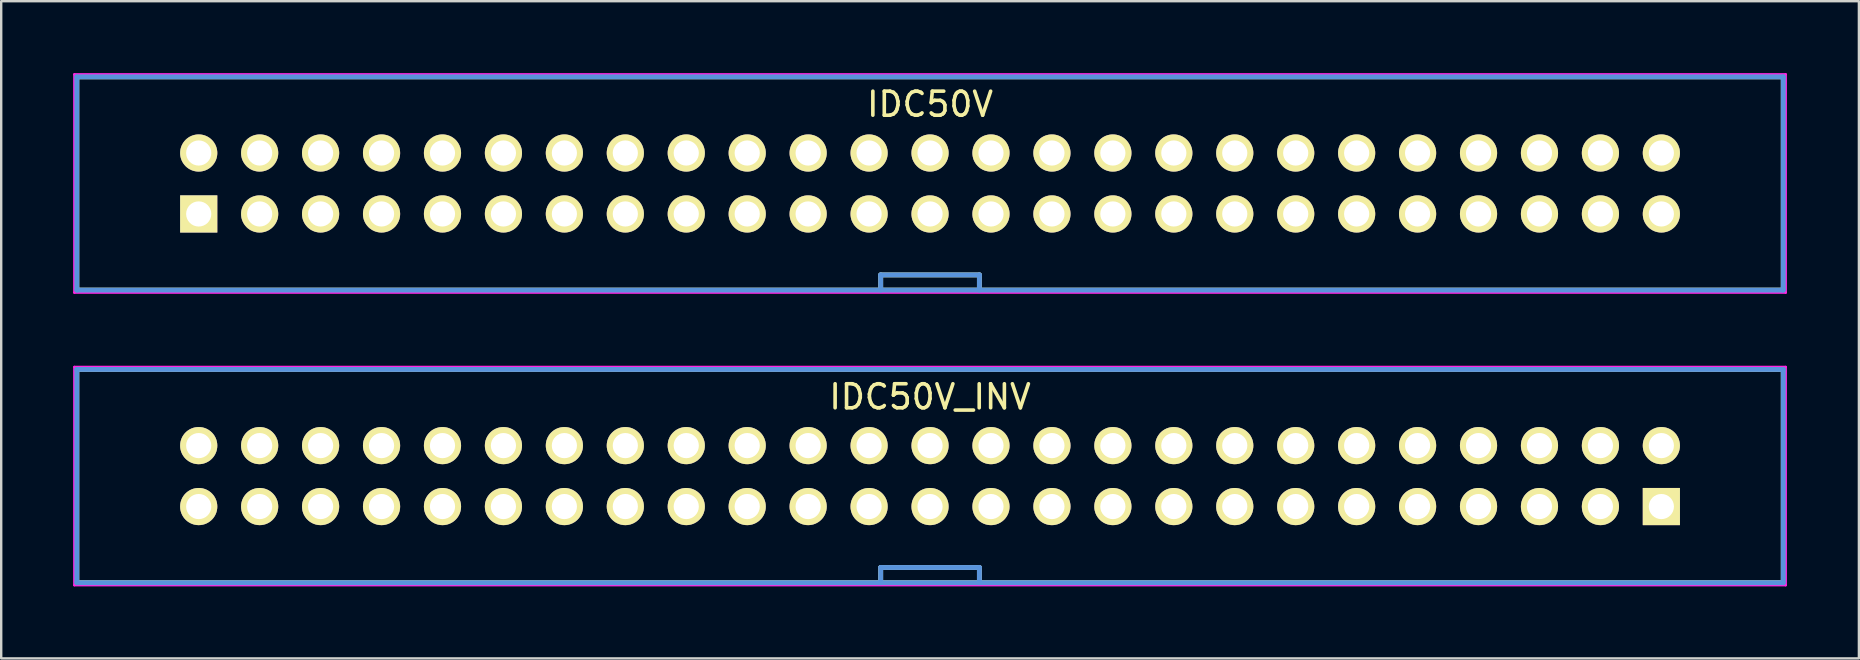
<source format=kicad_pcb>
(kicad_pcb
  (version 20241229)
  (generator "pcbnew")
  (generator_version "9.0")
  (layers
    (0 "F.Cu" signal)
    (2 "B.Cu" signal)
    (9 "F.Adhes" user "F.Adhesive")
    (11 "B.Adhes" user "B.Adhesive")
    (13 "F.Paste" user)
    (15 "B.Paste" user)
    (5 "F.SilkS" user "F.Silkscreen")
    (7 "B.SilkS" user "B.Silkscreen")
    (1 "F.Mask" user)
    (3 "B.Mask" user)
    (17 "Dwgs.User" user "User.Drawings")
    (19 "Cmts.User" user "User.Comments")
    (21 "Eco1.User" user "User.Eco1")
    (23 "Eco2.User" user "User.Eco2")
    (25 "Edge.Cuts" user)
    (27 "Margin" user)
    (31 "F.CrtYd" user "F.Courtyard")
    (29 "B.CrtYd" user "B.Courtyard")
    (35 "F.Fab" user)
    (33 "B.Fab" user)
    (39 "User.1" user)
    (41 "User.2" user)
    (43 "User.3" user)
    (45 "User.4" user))
  (footprint "IDC50V_INV"
    (layer "F.Cu")
    (at 5.232 18.062)
    (property "Reference" "IDC50V_INV" (at 30.48 -4.572 0) (layer "F.SilkS") (effects (font (size 1.001 1.001) (thickness 0.15))))
    (attr through_hole)
    (fp_line (start -5.08 -5.715) (end 66.04 -5.715) (stroke (width 0.203) (type solid)) (layer "F.SilkS"))
    (fp_line (start -5.08 3.175) (end -5.08 -5.715) (stroke (width 0.203) (type solid)) (layer "F.SilkS"))
    (fp_line (start 28.423 2.54) (end 32.537 2.54) (stroke (width 0.203) (type solid)) (layer "F.SilkS"))
    (fp_line (start 28.423 3.175) (end 28.423 2.54) (stroke (width 0.203) (type solid)) (layer "F.SilkS"))
    (fp_line (start 32.537 3.175) (end 32.537 2.54) (stroke (width 0.203) (type solid)) (layer "F.SilkS"))
    (fp_line (start 66.04 -5.715) (end 66.04 3.175) (stroke (width 0.203) (type solid)) (layer "F.SilkS"))
    (fp_line (start 66.04 3.175) (end -5.08 3.175) (stroke (width 0.203) (type solid)) (layer "F.SilkS"))
    (fp_line (start -5.08 -5.715) (end 66.04 -5.715) (stroke (width 0.203) (type solid)) (layer "Cmts.User"))
    (fp_line (start -5.08 3.175) (end -5.08 -5.715) (stroke (width 0.203) (type solid)) (layer "Cmts.User"))
    (fp_line (start 28.423 2.54) (end 32.537 2.54) (stroke (width 0.203) (type solid)) (layer "Cmts.User"))
    (fp_line (start 28.423 3.175) (end 28.423 2.54) (stroke (width 0.203) (type solid)) (layer "Cmts.User"))
    (fp_line (start 32.537 3.175) (end 32.537 2.54) (stroke (width 0.203) (type solid)) (layer "Cmts.User"))
    (fp_line (start 66.04 -5.715) (end 66.04 3.175) (stroke (width 0.203) (type solid)) (layer "Cmts.User"))
    (fp_line (start 66.04 3.175) (end -5.08 3.175) (stroke (width 0.203) (type solid)) (layer "Cmts.User"))
    (fp_line (start -5.182 -5.817) (end 66.142 -5.817) (stroke (width 0.102) (type solid)) (layer "F.CrtYd"))
    (fp_line (start -5.182 3.277) (end -5.182 -5.817) (stroke (width 0.102) (type solid)) (layer "F.CrtYd"))
    (fp_line (start 66.142 -5.817) (end 66.142 3.277) (stroke (width 0.102) (type solid)) (layer "F.CrtYd"))
    (fp_line (start 66.142 3.277) (end -5.182 3.277) (stroke (width 0.102) (type solid)) (layer "F.CrtYd"))
    (pad "1" thru_hole rect (at 60.96 0) (size 1.549 1.549) (drill 1.049) (layers "*.Cu" "*.Mask" "F.SilkS"))
    (pad "2" thru_hole circle (at 60.96 -2.54) (size 1.549 1.549) (drill 1.049) (layers "*.Cu" "*.Mask" "F.SilkS"))
    (pad "3" thru_hole circle (at 58.42 0) (size 1.549 1.549) (drill 1.049) (layers "*.Cu" "*.Mask" "F.SilkS"))
    (pad "4" thru_hole circle (at 58.42 -2.54) (size 1.549 1.549) (drill 1.049) (layers "*.Cu" "*.Mask" "F.SilkS"))
    (pad "5" thru_hole circle (at 55.88 0) (size 1.549 1.549) (drill 1.049) (layers "*.Cu" "*.Mask" "F.SilkS"))
    (pad "6" thru_hole circle (at 55.88 -2.54) (size 1.549 1.549) (drill 1.049) (layers "*.Cu" "*.Mask" "F.SilkS"))
    (pad "7" thru_hole circle (at 53.34 0) (size 1.549 1.549) (drill 1.049) (layers "*.Cu" "*.Mask" "F.SilkS"))
    (pad "8" thru_hole circle (at 53.34 -2.54) (size 1.549 1.549) (drill 1.049) (layers "*.Cu" "*.Mask" "F.SilkS"))
    (pad "9" thru_hole circle (at 50.8 0) (size 1.549 1.549) (drill 1.049) (layers "*.Cu" "*.Mask" "F.SilkS"))
    (pad "10" thru_hole circle (at 50.8 -2.54) (size 1.549 1.549) (drill 1.049) (layers "*.Cu" "*.Mask" "F.SilkS"))
    (pad "11" thru_hole circle (at 48.26 0) (size 1.549 1.549) (drill 1.049) (layers "*.Cu" "*.Mask" "F.SilkS"))
    (pad "12" thru_hole circle (at 48.26 -2.54) (size 1.549 1.549) (drill 1.049) (layers "*.Cu" "*.Mask" "F.SilkS"))
    (pad "13" thru_hole circle (at 45.72 0) (size 1.549 1.549) (drill 1.049) (layers "*.Cu" "*.Mask" "F.SilkS"))
    (pad "14" thru_hole circle (at 45.72 -2.54) (size 1.549 1.549) (drill 1.049) (layers "*.Cu" "*.Mask" "F.SilkS"))
    (pad "15" thru_hole circle (at 43.18 0) (size 1.549 1.549) (drill 1.049) (layers "*.Cu" "*.Mask" "F.SilkS"))
    (pad "16" thru_hole circle (at 43.18 -2.54) (size 1.549 1.549) (drill 1.049) (layers "*.Cu" "*.Mask" "F.SilkS"))
    (pad "17" thru_hole circle (at 40.64 0) (size 1.549 1.549) (drill 1.049) (layers "*.Cu" "*.Mask" "F.SilkS"))
    (pad "18" thru_hole circle (at 40.64 -2.54) (size 1.549 1.549) (drill 1.049) (layers "*.Cu" "*.Mask" "F.SilkS"))
    (pad "19" thru_hole circle (at 38.1 0) (size 1.549 1.549) (drill 1.049) (layers "*.Cu" "*.Mask" "F.SilkS"))
    (pad "20" thru_hole circle (at 38.1 -2.54) (size 1.549 1.549) (drill 1.049) (layers "*.Cu" "*.Mask" "F.SilkS"))
    (pad "21" thru_hole circle (at 35.56 0) (size 1.549 1.549) (drill 1.049) (layers "*.Cu" "*.Mask" "F.SilkS"))
    (pad "22" thru_hole circle (at 35.56 -2.54) (size 1.549 1.549) (drill 1.049) (layers "*.Cu" "*.Mask" "F.SilkS"))
    (pad "23" thru_hole circle (at 33.02 0) (size 1.549 1.549) (drill 1.049) (layers "*.Cu" "*.Mask" "F.SilkS"))
    (pad "24" thru_hole circle (at 33.02 -2.54) (size 1.549 1.549) (drill 1.049) (layers "*.Cu" "*.Mask" "F.SilkS"))
    (pad "25" thru_hole circle (at 30.48 0) (size 1.549 1.549) (drill 1.049) (layers "*.Cu" "*.Mask" "F.SilkS"))
    (pad "26" thru_hole circle (at 30.48 -2.54) (size 1.549 1.549) (drill 1.049) (layers "*.Cu" "*.Mask" "F.SilkS"))
    (pad "27" thru_hole circle (at 27.94 0) (size 1.549 1.549) (drill 1.049) (layers "*.Cu" "*.Mask" "F.SilkS"))
    (pad "28" thru_hole circle (at 27.94 -2.54) (size 1.549 1.549) (drill 1.049) (layers "*.Cu" "*.Mask" "F.SilkS"))
    (pad "29" thru_hole circle (at 25.4 0) (size 1.549 1.549) (drill 1.049) (layers "*.Cu" "*.Mask" "F.SilkS"))
    (pad "30" thru_hole circle (at 25.4 -2.54) (size 1.549 1.549) (drill 1.049) (layers "*.Cu" "*.Mask" "F.SilkS"))
    (pad "31" thru_hole circle (at 22.86 0) (size 1.549 1.549) (drill 1.049) (layers "*.Cu" "*.Mask" "F.SilkS"))
    (pad "32" thru_hole circle (at 22.86 -2.54) (size 1.549 1.549) (drill 1.049) (layers "*.Cu" "*.Mask" "F.SilkS"))
    (pad "33" thru_hole circle (at 20.32 0) (size 1.549 1.549) (drill 1.049) (layers "*.Cu" "*.Mask" "F.SilkS"))
    (pad "34" thru_hole circle (at 20.32 -2.54) (size 1.549 1.549) (drill 1.049) (layers "*.Cu" "*.Mask" "F.SilkS"))
    (pad "35" thru_hole circle (at 17.78 0) (size 1.549 1.549) (drill 1.049) (layers "*.Cu" "*.Mask" "F.SilkS"))
    (pad "36" thru_hole circle (at 17.78 -2.54) (size 1.549 1.549) (drill 1.049) (layers "*.Cu" "*.Mask" "F.SilkS"))
    (pad "37" thru_hole circle (at 15.24 0) (size 1.549 1.549) (drill 1.049) (layers "*.Cu" "*.Mask" "F.SilkS"))
    (pad "38" thru_hole circle (at 15.24 -2.54) (size 1.549 1.549) (drill 1.049) (layers "*.Cu" "*.Mask" "F.SilkS"))
    (pad "39" thru_hole circle (at 12.7 0) (size 1.549 1.549) (drill 1.049) (layers "*.Cu" "*.Mask" "F.SilkS"))
    (pad "40" thru_hole circle (at 12.7 -2.54) (size 1.549 1.549) (drill 1.049) (layers "*.Cu" "*.Mask" "F.SilkS"))
    (pad "41" thru_hole circle (at 10.16 0) (size 1.549 1.549) (drill 1.049) (layers "*.Cu" "*.Mask" "F.SilkS"))
    (pad "42" thru_hole circle (at 10.16 -2.54) (size 1.549 1.549) (drill 1.049) (layers "*.Cu" "*.Mask" "F.SilkS"))
    (pad "43" thru_hole circle (at 7.62 0) (size 1.549 1.549) (drill 1.049) (layers "*.Cu" "*.Mask" "F.SilkS"))
    (pad "44" thru_hole circle (at 7.62 -2.54) (size 1.549 1.549) (drill 1.049) (layers "*.Cu" "*.Mask" "F.SilkS"))
    (pad "45" thru_hole circle (at 5.08 0) (size 1.549 1.549) (drill 1.049) (layers "*.Cu" "*.Mask" "F.SilkS"))
    (pad "46" thru_hole circle (at 5.08 -2.54) (size 1.549 1.549) (drill 1.049) (layers "*.Cu" "*.Mask" "F.SilkS"))
    (pad "47" thru_hole circle (at 2.54 0) (size 1.549 1.549) (drill 1.049) (layers "*.Cu" "*.Mask" "F.SilkS"))
    (pad "48" thru_hole circle (at 2.54 -2.54) (size 1.549 1.549) (drill 1.049) (layers "*.Cu" "*.Mask" "F.SilkS"))
    (pad "49" thru_hole circle (at 0 0) (size 1.549 1.549) (drill 1.049) (layers "*.Cu" "*.Mask" "F.SilkS"))
    (pad "50" thru_hole circle (at 0 -2.54) (size 1.549 1.549) (drill 1.049) (layers "*.Cu" "*.Mask" "F.SilkS")))
  (footprint "IDC50V"
    (layer "F.Cu")
    (at 5.232 5.867)
    (property "Reference" "IDC50V" (at 30.48 -4.572 0) (layer "F.SilkS") (effects (font (size 1.001 1.001) (thickness 0.15))))
    (attr through_hole)
    (fp_line (start -5.08 -5.715) (end 66.04 -5.715) (stroke (width 0.203) (type solid)) (layer "F.SilkS"))
    (fp_line (start -5.08 3.175) (end -5.08 -5.715) (stroke (width 0.203) (type solid)) (layer "F.SilkS"))
    (fp_line (start 28.423 2.54) (end 32.537 2.54) (stroke (width 0.203) (type solid)) (layer "F.SilkS"))
    (fp_line (start 28.423 3.175) (end 28.423 2.54) (stroke (width 0.203) (type solid)) (layer "F.SilkS"))
    (fp_line (start 32.537 3.175) (end 32.537 2.54) (stroke (width 0.203) (type solid)) (layer "F.SilkS"))
    (fp_line (start 66.04 -5.715) (end 66.04 3.175) (stroke (width 0.203) (type solid)) (layer "F.SilkS"))
    (fp_line (start 66.04 3.175) (end -5.08 3.175) (stroke (width 0.203) (type solid)) (layer "F.SilkS"))
    (fp_line (start -5.08 -5.715) (end 66.04 -5.715) (stroke (width 0.203) (type solid)) (layer "Cmts.User"))
    (fp_line (start -5.08 3.175) (end -5.08 -5.715) (stroke (width 0.203) (type solid)) (layer "Cmts.User"))
    (fp_line (start 28.423 2.54) (end 32.537 2.54) (stroke (width 0.203) (type solid)) (layer "Cmts.User"))
    (fp_line (start 28.423 3.175) (end 28.423 2.54) (stroke (width 0.203) (type solid)) (layer "Cmts.User"))
    (fp_line (start 32.537 3.175) (end 32.537 2.54) (stroke (width 0.203) (type solid)) (layer "Cmts.User"))
    (fp_line (start 66.04 -5.715) (end 66.04 3.175) (stroke (width 0.203) (type solid)) (layer "Cmts.User"))
    (fp_line (start 66.04 3.175) (end -5.08 3.175) (stroke (width 0.203) (type solid)) (layer "Cmts.User"))
    (fp_line (start -5.182 -5.817) (end 66.142 -5.817) (stroke (width 0.102) (type solid)) (layer "F.CrtYd"))
    (fp_line (start -5.182 3.277) (end -5.182 -5.817) (stroke (width 0.102) (type solid)) (layer "F.CrtYd"))
    (fp_line (start 66.142 -5.817) (end 66.142 3.277) (stroke (width 0.102) (type solid)) (layer "F.CrtYd"))
    (fp_line (start 66.142 3.277) (end -5.182 3.277) (stroke (width 0.102) (type solid)) (layer "F.CrtYd"))
    (pad "1" thru_hole rect (at 0 0) (size 1.549 1.549) (drill 1.049) (layers "*.Cu" "*.Mask" "F.SilkS"))
    (pad "2" thru_hole circle (at 0 -2.54) (size 1.549 1.549) (drill 1.049) (layers "*.Cu" "*.Mask" "F.SilkS"))
    (pad "3" thru_hole circle (at 2.54 0) (size 1.549 1.549) (drill 1.049) (layers "*.Cu" "*.Mask" "F.SilkS"))
    (pad "4" thru_hole circle (at 2.54 -2.54) (size 1.549 1.549) (drill 1.049) (layers "*.Cu" "*.Mask" "F.SilkS"))
    (pad "5" thru_hole circle (at 5.08 0) (size 1.549 1.549) (drill 1.049) (layers "*.Cu" "*.Mask" "F.SilkS"))
    (pad "6" thru_hole circle (at 5.08 -2.54) (size 1.549 1.549) (drill 1.049) (layers "*.Cu" "*.Mask" "F.SilkS"))
    (pad "7" thru_hole circle (at 7.62 0) (size 1.549 1.549) (drill 1.049) (layers "*.Cu" "*.Mask" "F.SilkS"))
    (pad "8" thru_hole circle (at 7.62 -2.54) (size 1.549 1.549) (drill 1.049) (layers "*.Cu" "*.Mask" "F.SilkS"))
    (pad "9" thru_hole circle (at 10.16 0) (size 1.549 1.549) (drill 1.049) (layers "*.Cu" "*.Mask" "F.SilkS"))
    (pad "10" thru_hole circle (at 10.16 -2.54) (size 1.549 1.549) (drill 1.049) (layers "*.Cu" "*.Mask" "F.SilkS"))
    (pad "11" thru_hole circle (at 12.7 0) (size 1.549 1.549) (drill 1.049) (layers "*.Cu" "*.Mask" "F.SilkS"))
    (pad "12" thru_hole circle (at 12.7 -2.54) (size 1.549 1.549) (drill 1.049) (layers "*.Cu" "*.Mask" "F.SilkS"))
    (pad "13" thru_hole circle (at 15.24 0) (size 1.549 1.549) (drill 1.049) (layers "*.Cu" "*.Mask" "F.SilkS"))
    (pad "14" thru_hole circle (at 15.24 -2.54) (size 1.549 1.549) (drill 1.049) (layers "*.Cu" "*.Mask" "F.SilkS"))
    (pad "15" thru_hole circle (at 17.78 0) (size 1.549 1.549) (drill 1.049) (layers "*.Cu" "*.Mask" "F.SilkS"))
    (pad "16" thru_hole circle (at 17.78 -2.54) (size 1.549 1.549) (drill 1.049) (layers "*.Cu" "*.Mask" "F.SilkS"))
    (pad "17" thru_hole circle (at 20.32 0) (size 1.549 1.549) (drill 1.049) (layers "*.Cu" "*.Mask" "F.SilkS"))
    (pad "18" thru_hole circle (at 20.32 -2.54) (size 1.549 1.549) (drill 1.049) (layers "*.Cu" "*.Mask" "F.SilkS"))
    (pad "19" thru_hole circle (at 22.86 0) (size 1.549 1.549) (drill 1.049) (layers "*.Cu" "*.Mask" "F.SilkS"))
    (pad "20" thru_hole circle (at 22.86 -2.54) (size 1.549 1.549) (drill 1.049) (layers "*.Cu" "*.Mask" "F.SilkS"))
    (pad "21" thru_hole circle (at 25.4 0) (size 1.549 1.549) (drill 1.049) (layers "*.Cu" "*.Mask" "F.SilkS"))
    (pad "22" thru_hole circle (at 25.4 -2.54) (size 1.549 1.549) (drill 1.049) (layers "*.Cu" "*.Mask" "F.SilkS"))
    (pad "23" thru_hole circle (at 27.94 0) (size 1.549 1.549) (drill 1.049) (layers "*.Cu" "*.Mask" "F.SilkS"))
    (pad "24" thru_hole circle (at 27.94 -2.54) (size 1.549 1.549) (drill 1.049) (layers "*.Cu" "*.Mask" "F.SilkS"))
    (pad "25" thru_hole circle (at 30.48 0) (size 1.549 1.549) (drill 1.049) (layers "*.Cu" "*.Mask" "F.SilkS"))
    (pad "26" thru_hole circle (at 30.48 -2.54) (size 1.549 1.549) (drill 1.049) (layers "*.Cu" "*.Mask" "F.SilkS"))
    (pad "27" thru_hole circle (at 33.02 0) (size 1.549 1.549) (drill 1.049) (layers "*.Cu" "*.Mask" "F.SilkS"))
    (pad "28" thru_hole circle (at 33.02 -2.54) (size 1.549 1.549) (drill 1.049) (layers "*.Cu" "*.Mask" "F.SilkS"))
    (pad "29" thru_hole circle (at 35.56 0) (size 1.549 1.549) (drill 1.049) (layers "*.Cu" "*.Mask" "F.SilkS"))
    (pad "30" thru_hole circle (at 35.56 -2.54) (size 1.549 1.549) (drill 1.049) (layers "*.Cu" "*.Mask" "F.SilkS"))
    (pad "31" thru_hole circle (at 38.1 0) (size 1.549 1.549) (drill 1.049) (layers "*.Cu" "*.Mask" "F.SilkS"))
    (pad "32" thru_hole circle (at 38.1 -2.54) (size 1.549 1.549) (drill 1.049) (layers "*.Cu" "*.Mask" "F.SilkS"))
    (pad "33" thru_hole circle (at 40.64 0) (size 1.549 1.549) (drill 1.049) (layers "*.Cu" "*.Mask" "F.SilkS"))
    (pad "34" thru_hole circle (at 40.64 -2.54) (size 1.549 1.549) (drill 1.049) (layers "*.Cu" "*.Mask" "F.SilkS"))
    (pad "35" thru_hole circle (at 43.18 0) (size 1.549 1.549) (drill 1.049) (layers "*.Cu" "*.Mask" "F.SilkS"))
    (pad "36" thru_hole circle (at 43.18 -2.54) (size 1.549 1.549) (drill 1.049) (layers "*.Cu" "*.Mask" "F.SilkS"))
    (pad "37" thru_hole circle (at 45.72 0) (size 1.549 1.549) (drill 1.049) (layers "*.Cu" "*.Mask" "F.SilkS"))
    (pad "38" thru_hole circle (at 45.72 -2.54) (size 1.549 1.549) (drill 1.049) (layers "*.Cu" "*.Mask" "F.SilkS"))
    (pad "39" thru_hole circle (at 48.26 0) (size 1.549 1.549) (drill 1.049) (layers "*.Cu" "*.Mask" "F.SilkS"))
    (pad "40" thru_hole circle (at 48.26 -2.54) (size 1.549 1.549) (drill 1.049) (layers "*.Cu" "*.Mask" "F.SilkS"))
    (pad "41" thru_hole circle (at 50.8 0) (size 1.549 1.549) (drill 1.049) (layers "*.Cu" "*.Mask" "F.SilkS"))
    (pad "42" thru_hole circle (at 50.8 -2.54) (size 1.549 1.549) (drill 1.049) (layers "*.Cu" "*.Mask" "F.SilkS"))
    (pad "43" thru_hole circle (at 53.34 0) (size 1.549 1.549) (drill 1.049) (layers "*.Cu" "*.Mask" "F.SilkS"))
    (pad "44" thru_hole circle (at 53.34 -2.54) (size 1.549 1.549) (drill 1.049) (layers "*.Cu" "*.Mask" "F.SilkS"))
    (pad "45" thru_hole circle (at 55.88 0) (size 1.549 1.549) (drill 1.049) (layers "*.Cu" "*.Mask" "F.SilkS"))
    (pad "46" thru_hole circle (at 55.88 -2.54) (size 1.549 1.549) (drill 1.049) (layers "*.Cu" "*.Mask" "F.SilkS"))
    (pad "47" thru_hole circle (at 58.42 0) (size 1.549 1.549) (drill 1.049) (layers "*.Cu" "*.Mask" "F.SilkS"))
    (pad "48" thru_hole circle (at 58.42 -2.54) (size 1.549 1.549) (drill 1.049) (layers "*.Cu" "*.Mask" "F.SilkS"))
    (pad "49" thru_hole circle (at 60.96 0) (size 1.549 1.549) (drill 1.049) (layers "*.Cu" "*.Mask" "F.SilkS"))
    (pad "50" thru_hole circle (at 60.96 -2.54) (size 1.549 1.549) (drill 1.049) (layers "*.Cu" "*.Mask" "F.SilkS")))
  (gr_rect
    (start -3 -3)
    (end 74.425 24.39)
    (stroke (width 0.1) (type default))
    (fill no)
    (layer "Edge.Cuts")))
</source>
